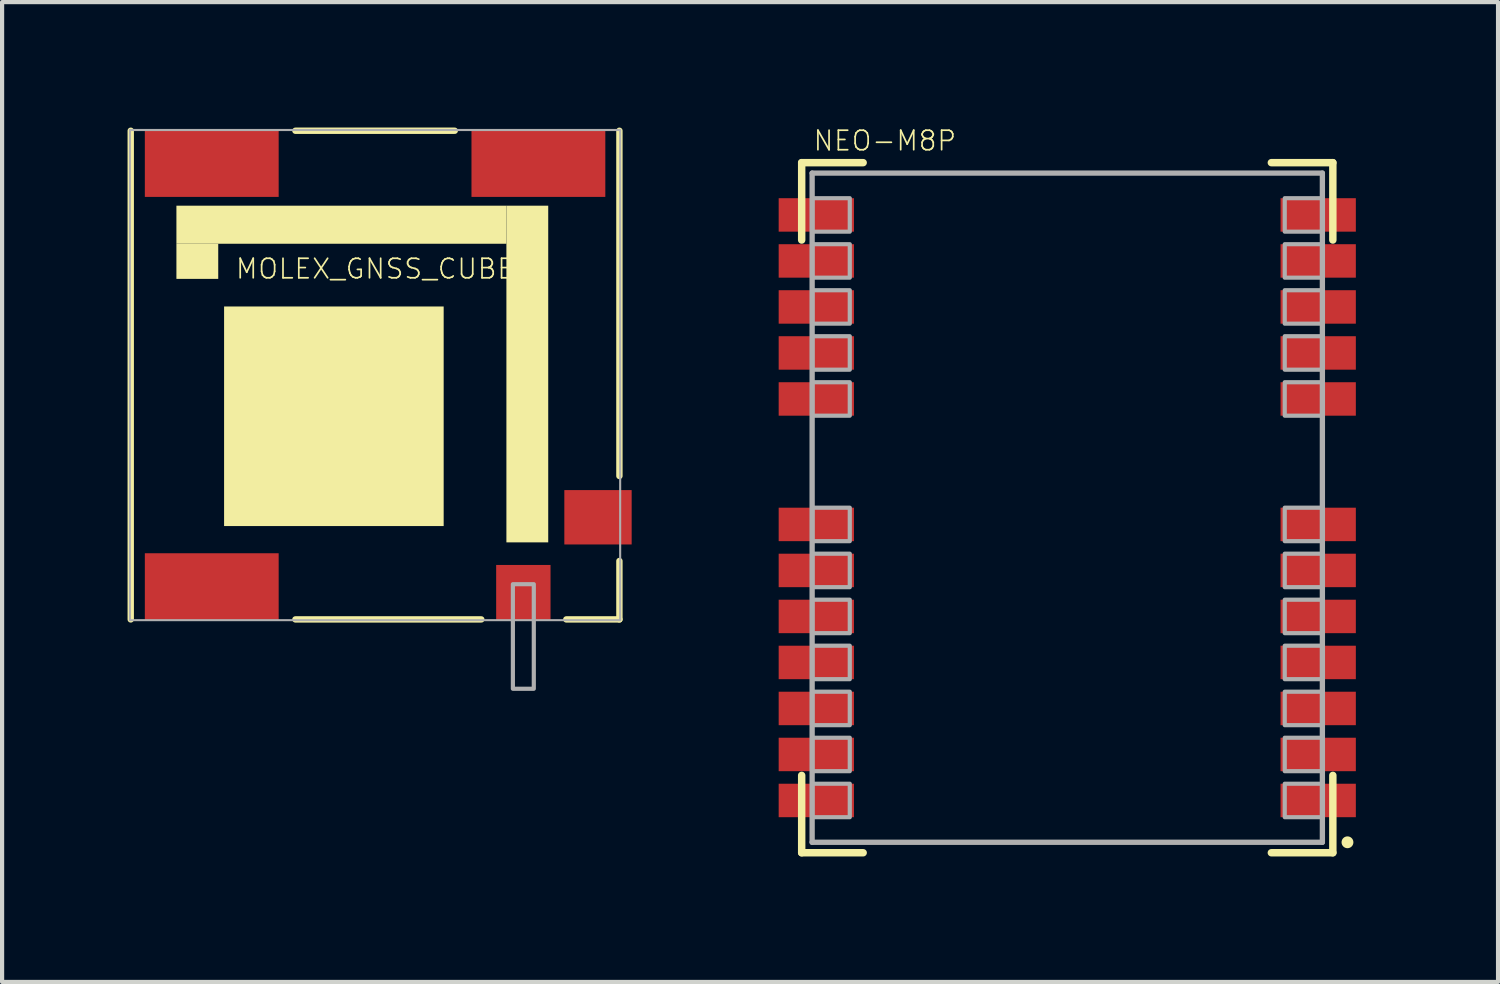
<source format=kicad_pcb>
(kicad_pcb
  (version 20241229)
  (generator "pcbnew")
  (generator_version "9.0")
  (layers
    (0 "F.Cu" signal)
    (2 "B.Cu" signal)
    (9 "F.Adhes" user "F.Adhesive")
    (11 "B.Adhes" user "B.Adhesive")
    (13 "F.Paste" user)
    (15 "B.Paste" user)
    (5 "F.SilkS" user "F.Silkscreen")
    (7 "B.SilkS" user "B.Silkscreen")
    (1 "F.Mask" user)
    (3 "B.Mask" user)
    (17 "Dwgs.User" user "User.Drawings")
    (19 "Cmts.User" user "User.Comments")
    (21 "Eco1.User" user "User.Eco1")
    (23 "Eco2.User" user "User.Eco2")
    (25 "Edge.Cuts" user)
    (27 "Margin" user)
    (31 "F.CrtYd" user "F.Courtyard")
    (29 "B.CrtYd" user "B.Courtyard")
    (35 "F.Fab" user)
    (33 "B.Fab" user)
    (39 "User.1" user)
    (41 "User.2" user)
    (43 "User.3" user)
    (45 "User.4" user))
  (footprint "NEO-M8P"
    (layer "F.Cu")
    (at 22.468 9.089)
    (property "Reference" "NEO-M8P" (at -6.1 -8.5 0) (layer "F.SilkS") (effects (font (size 0.467 0.467) (thickness 0.041)) (justify left bottom)))
    (fp_line (start -6.35 -8.25) (end -4.88 -8.25) (stroke (width 0.178) (type solid)) (layer "F.SilkS"))
    (fp_line (start -6.35 -6.4) (end -6.35 -8.25) (stroke (width 0.178) (type solid)) (layer "F.SilkS"))
    (fp_line (start -6.35 8.25) (end -6.35 6.4) (stroke (width 0.178) (type solid)) (layer "F.SilkS"))
    (fp_line (start -4.88 8.25) (end -6.35 8.25) (stroke (width 0.178) (type solid)) (layer "F.SilkS"))
    (fp_line (start 4.88 -8.25) (end 6.35 -8.25) (stroke (width 0.178) (type solid)) (layer "F.SilkS"))
    (fp_line (start 6.35 -8.25) (end 6.35 -6.4) (stroke (width 0.178) (type solid)) (layer "F.SilkS"))
    (fp_line (start 6.35 6.4) (end 6.35 8.25) (stroke (width 0.178) (type solid)) (layer "F.SilkS"))
    (fp_line (start 6.35 8.25) (end 4.88 8.25) (stroke (width 0.178) (type solid)) (layer "F.SilkS"))
    (fp_circle (center 6.7 8) (end 6.771 8) (stroke (width 0.141) (type solid)) (fill yes) (layer "F.SilkS"))
    (fp_poly (pts (xy -6.1 -7.4) (xy -7.3 -7.4) (xy -7.3 -6.6) (xy -6.1 -6.6)) (stroke (width 0) (type default)) (fill yes) (layer "F.Paste"))
    (fp_poly (pts (xy -6.1 -6.3) (xy -7.3 -6.3) (xy -7.3 -5.5) (xy -6.1 -5.5)) (stroke (width 0) (type default)) (fill yes) (layer "F.Paste"))
    (fp_poly (pts (xy -6.1 -5.2) (xy -7.3 -5.2) (xy -7.3 -4.4) (xy -6.1 -4.4)) (stroke (width 0) (type default)) (fill yes) (layer "F.Paste"))
    (fp_poly (pts (xy -6.1 -4.1) (xy -7.3 -4.1) (xy -7.3 -3.3) (xy -6.1 -3.3)) (stroke (width 0) (type default)) (fill yes) (layer "F.Paste"))
    (fp_poly (pts (xy -6.1 -3) (xy -7.3 -3) (xy -7.3 -2.2) (xy -6.1 -2.2)) (stroke (width 0) (type default)) (fill yes) (layer "F.Paste"))
    (fp_poly (pts (xy -6.1 0) (xy -7.3 0) (xy -7.3 0.8) (xy -6.1 0.8)) (stroke (width 0) (type default)) (fill yes) (layer "F.Paste"))
    (fp_poly (pts (xy -6.1 1.1) (xy -7.3 1.1) (xy -7.3 1.9) (xy -6.1 1.9)) (stroke (width 0) (type default)) (fill yes) (layer "F.Paste"))
    (fp_poly (pts (xy -6.1 2.2) (xy -7.3 2.2) (xy -7.3 3) (xy -6.1 3)) (stroke (width 0) (type default)) (fill yes) (layer "F.Paste"))
    (fp_poly (pts (xy -6.1 3.3) (xy -7.3 3.3) (xy -7.3 4.1) (xy -6.1 4.1)) (stroke (width 0) (type default)) (fill yes) (layer "F.Paste"))
    (fp_poly (pts (xy -6.1 4.4) (xy -7.3 4.4) (xy -7.3 5.2) (xy -6.1 5.2)) (stroke (width 0) (type default)) (fill yes) (layer "F.Paste"))
    (fp_poly (pts (xy -6.1 5.5) (xy -7.3 5.5) (xy -7.3 6.3) (xy -6.1 6.3)) (stroke (width 0) (type default)) (fill yes) (layer "F.Paste"))
    (fp_poly (pts (xy -6.1 6.6) (xy -7.3 6.6) (xy -7.3 7.4) (xy -6.1 7.4)) (stroke (width 0) (type default)) (fill yes) (layer "F.Paste"))
    (fp_poly (pts (xy -5.2 -7.3) (xy -6.1 -7.3) (xy -6.1 -6.7) (xy -5.2 -6.7)) (stroke (width 0) (type default)) (fill yes) (layer "F.Paste"))
    (fp_poly (pts (xy -5.2 -6.2) (xy -6.1 -6.2) (xy -6.1 -5.6) (xy -5.2 -5.6)) (stroke (width 0) (type default)) (fill yes) (layer "F.Paste"))
    (fp_poly (pts (xy -5.2 -5.1) (xy -6.1 -5.1) (xy -6.1 -4.5) (xy -5.2 -4.5)) (stroke (width 0) (type default)) (fill yes) (layer "F.Paste"))
    (fp_poly (pts (xy -5.2 -4) (xy -6.1 -4) (xy -6.1 -3.4) (xy -5.2 -3.4)) (stroke (width 0) (type default)) (fill yes) (layer "F.Paste"))
    (fp_poly (pts (xy -5.2 -2.9) (xy -6.1 -2.9) (xy -6.1 -2.3) (xy -5.2 -2.3)) (stroke (width 0) (type default)) (fill yes) (layer "F.Paste"))
    (fp_poly (pts (xy -5.2 0.1) (xy -6.1 0.1) (xy -6.1 0.7) (xy -5.2 0.7)) (stroke (width 0) (type default)) (fill yes) (layer "F.Paste"))
    (fp_poly (pts (xy -5.2 1.2) (xy -6.1 1.2) (xy -6.1 1.8) (xy -5.2 1.8)) (stroke (width 0) (type default)) (fill yes) (layer "F.Paste"))
    (fp_poly (pts (xy -5.2 2.3) (xy -6.1 2.3) (xy -6.1 2.9) (xy -5.2 2.9)) (stroke (width 0) (type default)) (fill yes) (layer "F.Paste"))
    (fp_poly (pts (xy -5.2 3.4) (xy -6.1 3.4) (xy -6.1 4) (xy -5.2 4)) (stroke (width 0) (type default)) (fill yes) (layer "F.Paste"))
    (fp_poly (pts (xy -5.2 4.5) (xy -6.1 4.5) (xy -6.1 5.1) (xy -5.2 5.1)) (stroke (width 0) (type default)) (fill yes) (layer "F.Paste"))
    (fp_poly (pts (xy -5.2 5.6) (xy -6.1 5.6) (xy -6.1 6.2) (xy -5.2 6.2)) (stroke (width 0) (type default)) (fill yes) (layer "F.Paste"))
    (fp_poly (pts (xy -5.2 6.7) (xy -6.1 6.7) (xy -6.1 7.3) (xy -5.2 7.3)) (stroke (width 0) (type default)) (fill yes) (layer "F.Paste"))
    (fp_poly (pts (xy 5.2 -6.7) (xy 6.1 -6.7) (xy 6.1 -7.3) (xy 5.2 -7.3)) (stroke (width 0) (type default)) (fill yes) (layer "F.Paste"))
    (fp_poly (pts (xy 5.2 -5.6) (xy 6.1 -5.6) (xy 6.1 -6.2) (xy 5.2 -6.2)) (stroke (width 0) (type default)) (fill yes) (layer "F.Paste"))
    (fp_poly (pts (xy 5.2 -4.5) (xy 6.1 -4.5) (xy 6.1 -5.1) (xy 5.2 -5.1)) (stroke (width 0) (type default)) (fill yes) (layer "F.Paste"))
    (fp_poly (pts (xy 5.2 -3.4) (xy 6.1 -3.4) (xy 6.1 -4) (xy 5.2 -4)) (stroke (width 0) (type default)) (fill yes) (layer "F.Paste"))
    (fp_poly (pts (xy 5.2 -2.3) (xy 6.1 -2.3) (xy 6.1 -2.9) (xy 5.2 -2.9)) (stroke (width 0) (type default)) (fill yes) (layer "F.Paste"))
    (fp_poly (pts (xy 5.2 0.7) (xy 6.1 0.7) (xy 6.1 0.1) (xy 5.2 0.1)) (stroke (width 0) (type default)) (fill yes) (layer "F.Paste"))
    (fp_poly (pts (xy 5.2 1.8) (xy 6.1 1.8) (xy 6.1 1.2) (xy 5.2 1.2)) (stroke (width 0) (type default)) (fill yes) (layer "F.Paste"))
    (fp_poly (pts (xy 5.2 2.9) (xy 6.1 2.9) (xy 6.1 2.3) (xy 5.2 2.3)) (stroke (width 0) (type default)) (fill yes) (layer "F.Paste"))
    (fp_poly (pts (xy 5.2 4) (xy 6.1 4) (xy 6.1 3.4) (xy 5.2 3.4)) (stroke (width 0) (type default)) (fill yes) (layer "F.Paste"))
    (fp_poly (pts (xy 5.2 5.1) (xy 6.1 5.1) (xy 6.1 4.5) (xy 5.2 4.5)) (stroke (width 0) (type default)) (fill yes) (layer "F.Paste"))
    (fp_poly (pts (xy 5.2 6.2) (xy 6.1 6.2) (xy 6.1 5.6) (xy 5.2 5.6)) (stroke (width 0) (type default)) (fill yes) (layer "F.Paste"))
    (fp_poly (pts (xy 5.2 7.3) (xy 6.1 7.3) (xy 6.1 6.7) (xy 5.2 6.7)) (stroke (width 0) (type default)) (fill yes) (layer "F.Paste"))
    (fp_poly (pts (xy 6.1 -6.6) (xy 7.3 -6.6) (xy 7.3 -7.4) (xy 6.1 -7.4)) (stroke (width 0) (type default)) (fill yes) (layer "F.Paste"))
    (fp_poly (pts (xy 6.1 -5.5) (xy 7.3 -5.5) (xy 7.3 -6.3) (xy 6.1 -6.3)) (stroke (width 0) (type default)) (fill yes) (layer "F.Paste"))
    (fp_poly (pts (xy 6.1 -4.4) (xy 7.3 -4.4) (xy 7.3 -5.2) (xy 6.1 -5.2)) (stroke (width 0) (type default)) (fill yes) (layer "F.Paste"))
    (fp_poly (pts (xy 6.1 -3.3) (xy 7.3 -3.3) (xy 7.3 -4.1) (xy 6.1 -4.1)) (stroke (width 0) (type default)) (fill yes) (layer "F.Paste"))
    (fp_poly (pts (xy 6.1 -2.2) (xy 7.3 -2.2) (xy 7.3 -3) (xy 6.1 -3)) (stroke (width 0) (type default)) (fill yes) (layer "F.Paste"))
    (fp_poly (pts (xy 6.1 0.8) (xy 7.3 0.8) (xy 7.3 0) (xy 6.1 0)) (stroke (width 0) (type default)) (fill yes) (layer "F.Paste"))
    (fp_poly (pts (xy 6.1 1.9) (xy 7.3 1.9) (xy 7.3 1.1) (xy 6.1 1.1)) (stroke (width 0) (type default)) (fill yes) (layer "F.Paste"))
    (fp_poly (pts (xy 6.1 3) (xy 7.3 3) (xy 7.3 2.2) (xy 6.1 2.2)) (stroke (width 0) (type default)) (fill yes) (layer "F.Paste"))
    (fp_poly (pts (xy 6.1 4.1) (xy 7.3 4.1) (xy 7.3 3.3) (xy 6.1 3.3)) (stroke (width 0) (type default)) (fill yes) (layer "F.Paste"))
    (fp_poly (pts (xy 6.1 5.2) (xy 7.3 5.2) (xy 7.3 4.4) (xy 6.1 4.4)) (stroke (width 0) (type default)) (fill yes) (layer "F.Paste"))
    (fp_poly (pts (xy 6.1 6.3) (xy 7.3 6.3) (xy 7.3 5.5) (xy 6.1 5.5)) (stroke (width 0) (type default)) (fill yes) (layer "F.Paste"))
    (fp_poly (pts (xy 6.1 7.4) (xy 7.3 7.4) (xy 7.3 6.6) (xy 6.1 6.6)) (stroke (width 0) (type default)) (fill yes) (layer "F.Paste"))
    (fp_line (start -6.1 -8) (end 6.1 -8) (stroke (width 0.127) (type solid)) (layer "F.Fab"))
    (fp_line (start -6.1 8) (end -6.1 -8) (stroke (width 0.127) (type solid)) (layer "F.Fab"))
    (fp_line (start 6.1 -8) (end 6.1 8) (stroke (width 0.127) (type solid)) (layer "F.Fab"))
    (fp_line (start 6.1 8) (end -6.1 8) (stroke (width 0.127) (type solid)) (layer "F.Fab"))
    (fp_poly (pts (xy -6.1 -6.6) (xy -5.2 -6.6) (xy -5.2 -7.4) (xy -6.1 -7.4)) (stroke (width 0.1) (type default)) (fill no) (layer "F.Fab"))
    (fp_poly (pts (xy -6.1 -5.5) (xy -5.2 -5.5) (xy -5.2 -6.3) (xy -6.1 -6.3)) (stroke (width 0.1) (type default)) (fill no) (layer "F.Fab"))
    (fp_poly (pts (xy -6.1 -4.4) (xy -5.2 -4.4) (xy -5.2 -5.2) (xy -6.1 -5.2)) (stroke (width 0.1) (type default)) (fill no) (layer "F.Fab"))
    (fp_poly (pts (xy -6.1 -3.3) (xy -5.2 -3.3) (xy -5.2 -4.1) (xy -6.1 -4.1)) (stroke (width 0.1) (type default)) (fill no) (layer "F.Fab"))
    (fp_poly (pts (xy -6.1 -2.2) (xy -5.2 -2.2) (xy -5.2 -3) (xy -6.1 -3)) (stroke (width 0.1) (type default)) (fill no) (layer "F.Fab"))
    (fp_poly (pts (xy -6.1 0.8) (xy -5.2 0.8) (xy -5.2 0) (xy -6.1 0)) (stroke (width 0.1) (type default)) (fill no) (layer "F.Fab"))
    (fp_poly (pts (xy -6.1 1.9) (xy -5.2 1.9) (xy -5.2 1.1) (xy -6.1 1.1)) (stroke (width 0.1) (type default)) (fill no) (layer "F.Fab"))
    (fp_poly (pts (xy -6.1 3) (xy -5.2 3) (xy -5.2 2.2) (xy -6.1 2.2)) (stroke (width 0.1) (type default)) (fill no) (layer "F.Fab"))
    (fp_poly (pts (xy -6.1 4.1) (xy -5.2 4.1) (xy -5.2 3.3) (xy -6.1 3.3)) (stroke (width 0.1) (type default)) (fill no) (layer "F.Fab"))
    (fp_poly (pts (xy -6.1 5.2) (xy -5.2 5.2) (xy -5.2 4.4) (xy -6.1 4.4)) (stroke (width 0.1) (type default)) (fill no) (layer "F.Fab"))
    (fp_poly (pts (xy -6.1 6.3) (xy -5.2 6.3) (xy -5.2 5.5) (xy -6.1 5.5)) (stroke (width 0.1) (type default)) (fill no) (layer "F.Fab"))
    (fp_poly (pts (xy -6.1 7.4) (xy -5.2 7.4) (xy -5.2 6.6) (xy -6.1 6.6)) (stroke (width 0.1) (type default)) (fill no) (layer "F.Fab"))
    (fp_poly (pts (xy 5.2 -6.6) (xy 6.1 -6.6) (xy 6.1 -7.4) (xy 5.2 -7.4)) (stroke (width 0.1) (type default)) (fill no) (layer "F.Fab"))
    (fp_poly (pts (xy 5.2 -5.5) (xy 6.1 -5.5) (xy 6.1 -6.3) (xy 5.2 -6.3)) (stroke (width 0.1) (type default)) (fill no) (layer "F.Fab"))
    (fp_poly (pts (xy 5.2 -4.4) (xy 6.1 -4.4) (xy 6.1 -5.2) (xy 5.2 -5.2)) (stroke (width 0.1) (type default)) (fill no) (layer "F.Fab"))
    (fp_poly (pts (xy 5.2 -3.3) (xy 6.1 -3.3) (xy 6.1 -4.1) (xy 5.2 -4.1)) (stroke (width 0.1) (type default)) (fill no) (layer "F.Fab"))
    (fp_poly (pts (xy 5.2 -2.2) (xy 6.1 -2.2) (xy 6.1 -3) (xy 5.2 -3)) (stroke (width 0.1) (type default)) (fill no) (layer "F.Fab"))
    (fp_poly (pts (xy 5.2 0.8) (xy 6.1 0.8) (xy 6.1 0) (xy 5.2 0)) (stroke (width 0.1) (type default)) (fill no) (layer "F.Fab"))
    (fp_poly (pts (xy 5.2 1.9) (xy 6.1 1.9) (xy 6.1 1.1) (xy 5.2 1.1)) (stroke (width 0.1) (type default)) (fill no) (layer "F.Fab"))
    (fp_poly (pts (xy 5.2 3) (xy 6.1 3) (xy 6.1 2.2) (xy 5.2 2.2)) (stroke (width 0.1) (type default)) (fill no) (layer "F.Fab"))
    (fp_poly (pts (xy 5.2 4.1) (xy 6.1 4.1) (xy 6.1 3.3) (xy 5.2 3.3)) (stroke (width 0.1) (type default)) (fill no) (layer "F.Fab"))
    (fp_poly (pts (xy 5.2 5.2) (xy 6.1 5.2) (xy 6.1 4.4) (xy 5.2 4.4)) (stroke (width 0.1) (type default)) (fill no) (layer "F.Fab"))
    (fp_poly (pts (xy 5.2 6.3) (xy 6.1 6.3) (xy 6.1 5.5) (xy 5.2 5.5)) (stroke (width 0.1) (type default)) (fill no) (layer "F.Fab"))
    (fp_poly (pts (xy 5.2 7.4) (xy 6.1 7.4) (xy 6.1 6.6) (xy 5.2 6.6)) (stroke (width 0.1) (type default)) (fill no) (layer "F.Fab"))
    (pad "1" smd rect (at 6 7) (size 1.8 0.8) (layers "F.Cu" "F.Mask"))
    (pad "2" smd rect (at 6 5.9) (size 1.8 0.8) (layers "F.Cu" "F.Mask"))
    (pad "3" smd rect (at 6 4.8) (size 1.8 0.8) (layers "F.Cu" "F.Mask"))
    (pad "4" smd rect (at 6 3.7) (size 1.8 0.8) (layers "F.Cu" "F.Mask"))
    (pad "5" smd rect (at 6 2.6) (size 1.8 0.8) (layers "F.Cu" "F.Mask"))
    (pad "6" smd rect (at 6 1.5) (size 1.8 0.8) (layers "F.Cu" "F.Mask"))
    (pad "7" smd rect (at 6 0.4) (size 1.8 0.8) (layers "F.Cu" "F.Mask"))
    (pad "8" smd rect (at 6 -2.6) (size 1.8 0.8) (layers "F.Cu" "F.Mask"))
    (pad "9" smd rect (at 6 -3.7) (size 1.8 0.8) (layers "F.Cu" "F.Mask"))
    (pad "10" smd rect (at 6 -4.8) (size 1.8 0.8) (layers "F.Cu" "F.Mask"))
    (pad "11" smd rect (at 6 -5.9) (size 1.8 0.8) (layers "F.Cu" "F.Mask"))
    (pad "12" smd rect (at 6 -7) (size 1.8 0.8) (layers "F.Cu" "F.Mask"))
    (pad "13" smd rect (at -6 -7 180) (size 1.8 0.8) (layers "F.Cu" "F.Mask"))
    (pad "14" smd rect (at -6 -5.9 180) (size 1.8 0.8) (layers "F.Cu" "F.Mask"))
    (pad "15" smd rect (at -6 -4.8 180) (size 1.8 0.8) (layers "F.Cu" "F.Mask"))
    (pad "16" smd rect (at -6 -3.7 180) (size 1.8 0.8) (layers "F.Cu" "F.Mask"))
    (pad "17" smd rect (at -6 -2.6 180) (size 1.8 0.8) (layers "F.Cu" "F.Mask"))
    (pad "18" smd rect (at -6 0.4 180) (size 1.8 0.8) (layers "F.Cu" "F.Mask"))
    (pad "19" smd rect (at -6 1.5 180) (size 1.8 0.8) (layers "F.Cu" "F.Mask"))
    (pad "20" smd rect (at -6 2.6 180) (size 1.8 0.8) (layers "F.Cu" "F.Mask"))
    (pad "21" smd rect (at -6 3.7 180) (size 1.8 0.8) (layers "F.Cu" "F.Mask"))
    (pad "22" smd rect (at -6 4.8 180) (size 1.8 0.8) (layers "F.Cu" "F.Mask"))
    (pad "23" smd rect (at -6 5.9 180) (size 1.8 0.8) (layers "F.Cu" "F.Mask"))
    (pad "24" smd rect (at -6 7 180) (size 1.8 0.8) (layers "F.Cu" "F.Mask")))
  (footprint "MOLEX_GNSS_CUBE"
    (layer "F.Cu")
    (at 5.918 5.918)
    (property "Reference" "MOLEX_GNSS_CUBE" (at 0 -2.54 0) (layer "F.SilkS") (effects (font (size 0.467 0.467) (thickness 0.041))))
    (fp_line (start -5.842 5.842) (end -5.842 -5.842) (stroke (width 0.152) (type solid)) (layer "F.SilkS"))
    (fp_line (start -1.905 -5.842) (end 1.905 -5.842) (stroke (width 0.152) (type solid)) (layer "F.SilkS"))
    (fp_line (start 2.54 5.842) (end -1.905 5.842) (stroke (width 0.152) (type solid)) (layer "F.SilkS"))
    (fp_line (start 5.842 -5.842) (end 5.842 2.413) (stroke (width 0.152) (type solid)) (layer "F.SilkS"))
    (fp_line (start 5.842 4.445) (end 5.842 5.842) (stroke (width 0.152) (type solid)) (layer "F.SilkS"))
    (fp_line (start 5.842 5.842) (end 4.572 5.842) (stroke (width 0.152) (type solid)) (layer "F.SilkS"))
    (fp_poly (pts (xy -4.75 -3.14) (xy 3.14 -3.14) (xy 3.14 -4.05) (xy -4.75 -4.05)) (stroke (width 0) (type default)) (fill yes) (layer "F.SilkS"))
    (fp_poly (pts (xy -4.75 -2.3) (xy -3.75 -2.3) (xy -3.75 -3.14) (xy -4.75 -3.14)) (stroke (width 0) (type default)) (fill yes) (layer "F.SilkS"))
    (fp_poly (pts (xy -3.61 3.61) (xy 1.64 3.61) (xy 1.64 -1.64) (xy -3.61 -1.64)) (stroke (width 0) (type default)) (fill yes) (layer "F.SilkS"))
    (fp_poly (pts (xy 3.14 4) (xy 4.14 4) (xy 4.14 -4.05) (xy 3.14 -4.05)) (stroke (width 0) (type default)) (fill yes) (layer "F.SilkS"))
    (fp_line (start -5.86 -5.86) (end 5.86 -5.86) (stroke (width 0.05) (type solid)) (layer "F.Fab"))
    (fp_line (start -5.86 5.86) (end -5.86 -5.86) (stroke (width 0.05) (type solid)) (layer "F.Fab"))
    (fp_line (start 5.86 -5.86) (end 5.86 5.86) (stroke (width 0.05) (type solid)) (layer "F.Fab"))
    (fp_line (start 5.86 5.86) (end -5.86 5.86) (stroke (width 0.05) (type solid)) (layer "F.Fab"))
    (fp_poly (pts (xy 3.295 7.5) (xy 3.795 7.5) (xy 3.795 5) (xy 3.295 5)) (stroke (width 0.1) (type default)) (fill no) (layer "F.Fab"))
    (pad "FEED" smd rect (at 5.33 3.4 270) (size 1.3 1.61) (layers "F.Cu" "F.Mask" "F.Paste"))
    (pad "GND" smd rect (at 3.545 5.2 180) (size 1.3 1.32) (layers "F.Cu" "F.Mask" "F.Paste"))
    (pad "NC1" smd rect (at -3.905 5.06 90) (size 1.6 3.2) (layers "F.Cu" "F.Mask" "F.Paste"))
    (pad "NC2" smd rect (at -3.905 -5.06 90) (size 1.6 3.2) (layers "F.Cu" "F.Mask" "F.Paste"))
    (pad "NC3" smd rect (at 3.905 -5.06 90) (size 1.6 3.2) (layers "F.Cu" "F.Mask" "F.Paste"))
    (zone (net_name "") (layer "F.Cu") (hatch edge 0.508) (connect_pads) (min_thickness 0.254) (filled_areas_thickness no) (keepout (tracks not_allowed) (vias not_allowed) (pads not_allowed) (copperpour not_allowed) (footprints allowed)) (placement (enabled no)) (fill) (polygon (pts (xy 8.763 12.868) (xy 9.206 12.868) (xy 9.206 11.543) (xy 8.763 11.543))))
    (zone (net_name "") (layer "F.Cu") (hatch edge 0.508) (connect_pads) (min_thickness 0.254) (filled_areas_thickness no) (keepout (tracks not_allowed) (vias not_allowed) (pads not_allowed) (copperpour not_allowed) (footprints allowed)) (placement (enabled no)) (fill) (polygon (pts (xy 8.793 10.418) (xy 8.418 10.418) (xy 8.418 12.868) (xy 8.793 12.868))))
    (zone (net_name "") (layer "F.Cu") (hatch edge 0.508) (connect_pads) (min_thickness 0.254) (filled_areas_thickness no) (keepout (tracks not_allowed) (vias not_allowed) (pads not_allowed) (copperpour not_allowed) (footprints allowed)) (placement (enabled no)) (fill) (polygon (pts (xy 9.713 12.868) (xy 10.156 12.868) (xy 10.156 11.893) (xy 9.713 11.893))))
    (zone (net_name "") (layer "F.Cu") (hatch edge 0.508) (connect_pads) (min_thickness 0.254) (filled_areas_thickness no) (keepout (tracks not_allowed) (vias not_allowed) (pads not_allowed) (copperpour not_allowed) (footprints allowed)) (placement (enabled no)) (fill) (polygon (pts (xy 10.043 10.368) (xy 10.418 10.368) (xy 10.418 8.268) (xy 10.043 8.268))))
    (zone (net_name "") (layer "F.Cu") (hatch edge 0.508) (connect_pads) (min_thickness 0.254) (filled_areas_thickness no) (keepout (tracks not_allowed) (vias not_allowed) (pads not_allowed) (copperpour not_allowed) (footprints allowed)) (placement (enabled no)) (fill) (polygon (pts (xy 10.143 12.868) (xy 10.518 12.868) (xy 10.518 10.418) (xy 10.143 10.418))))
    (zone (net_name "") (layer "F.Cu") (hatch edge 0.508) (connect_pads) (min_thickness 0.254) (filled_areas_thickness no) (keepout (tracks not_allowed) (vias not_allowed) (pads not_allowed) (copperpour not_allowed) (footprints allowed)) (placement (enabled no)) (fill) (polygon (pts (xy 10.518 10.443) (xy 10.518 10.068) (xy 8.418 10.068) (xy 8.418 10.443))))
    (zone (net_name "") (layer "F.Cu") (hatch edge 0.508) (connect_pads) (min_thickness 0.254) (filled_areas_thickness no) (keepout (tracks not_allowed) (vias not_allowed) (pads not_allowed) (copperpour not_allowed) (footprints allowed)) (placement (enabled no)) (fill) (polygon (pts (xy 12.168 8.643) (xy 12.168 8.268) (xy 10.068 8.268) (xy 10.068 8.643))))
    (zone (net_name "") (layer "F.Cu") (hatch edge 0.508) (connect_pads) (min_thickness 0.254) (filled_areas_thickness no) (keepout (tracks not_allowed) (vias not_allowed) (pads not_allowed) (copperpour not_allowed) (footprints allowed)) (placement (enabled no)) (fill) (polygon (pts (xy 12.168 10.343) (xy 12.168 9.968) (xy 10.068 9.968) (xy 10.068 10.343)))))
  (gr_rect
    (start -3 -3)
    (end 32.768 20.428)
    (stroke (width 0.1) (type default))
    (fill no)
    (layer "Edge.Cuts")))
</source>
